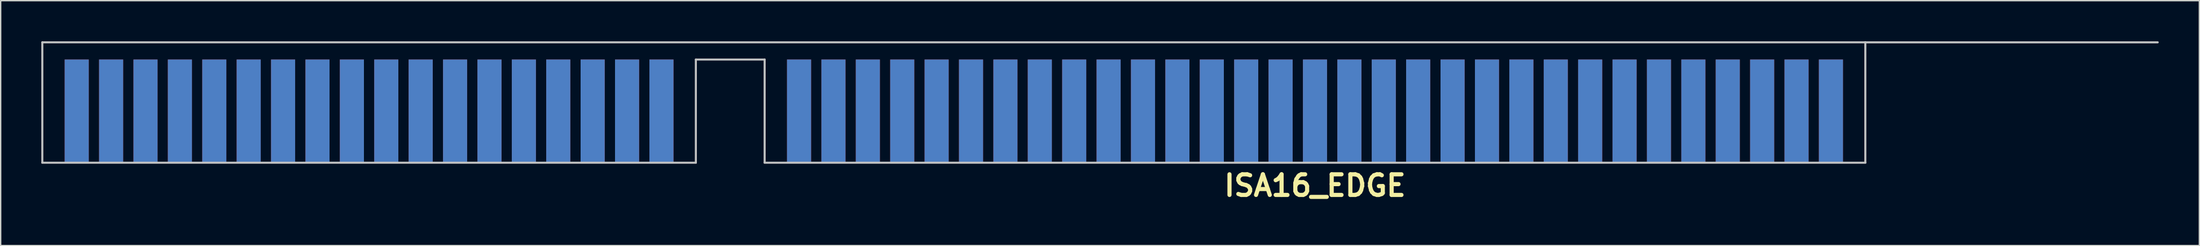
<source format=kicad_pcb>
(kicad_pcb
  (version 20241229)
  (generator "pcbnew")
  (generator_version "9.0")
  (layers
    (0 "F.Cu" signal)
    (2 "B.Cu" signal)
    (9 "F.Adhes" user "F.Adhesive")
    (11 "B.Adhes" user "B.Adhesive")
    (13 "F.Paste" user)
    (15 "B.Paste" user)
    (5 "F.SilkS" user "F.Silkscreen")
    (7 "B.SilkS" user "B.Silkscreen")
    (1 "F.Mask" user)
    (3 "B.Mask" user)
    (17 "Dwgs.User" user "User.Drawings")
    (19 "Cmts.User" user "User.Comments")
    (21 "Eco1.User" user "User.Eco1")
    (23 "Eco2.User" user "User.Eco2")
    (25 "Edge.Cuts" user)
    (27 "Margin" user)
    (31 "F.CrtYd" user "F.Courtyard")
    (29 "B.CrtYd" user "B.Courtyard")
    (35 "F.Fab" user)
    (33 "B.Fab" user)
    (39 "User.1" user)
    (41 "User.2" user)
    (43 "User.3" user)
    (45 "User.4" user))
  (footprint "ISA16_EDGE"
    (layer "F.Cu")
    (at 94.055 5.156)
    (property "Reference" "ISA16_EDGE" (at 0 5.5 0) (layer "F.SilkS") (effects (font (size 1.524 1.524) (thickness 0.305))))
    (fp_line (start -93.98 -5.08) (end 40.64 -5.08) (stroke (width 0.15) (type solid)) (layer "Dwgs.User"))
    (fp_line (start -93.98 3.81) (end -93.98 -5.08) (stroke (width 0.15) (type solid)) (layer "Dwgs.User"))
    (fp_line (start -45.72 -3.81) (end -45.72 3.81) (stroke (width 0.15) (type solid)) (layer "Dwgs.User"))
    (fp_line (start -45.72 3.81) (end -93.98 3.81) (stroke (width 0.15) (type solid)) (layer "Dwgs.User"))
    (fp_line (start -40.64 -3.81) (end -45.72 -3.81) (stroke (width 0.15) (type solid)) (layer "Dwgs.User"))
    (fp_line (start -40.64 3.81) (end -40.64 -3.81) (stroke (width 0.15) (type solid)) (layer "Dwgs.User"))
    (fp_line (start 40.64 -5.08) (end 40.64 3.81) (stroke (width 0.15) (type solid)) (layer "Dwgs.User"))
    (fp_line (start 40.64 3.81) (end -40.64 3.81) (stroke (width 0.15) (type solid)) (layer "Dwgs.User"))
    (fp_line (start 62.23 -5.08) (end 40.64 -5.08) (stroke (width 0.152) (type solid)) (layer "Dwgs.User"))
    (pad "1" connect rect (at 38.1 0) (size 1.778 7.62) (layers "B.Cu" "B.Mask"))
    (pad "2" connect rect (at 35.56 0) (size 1.778 7.62) (layers "B.Cu" "B.Mask"))
    (pad "3" connect rect (at 33.02 0) (size 1.778 7.62) (layers "B.Cu" "B.Mask"))
    (pad "4" connect rect (at 30.48 0) (size 1.778 7.62) (layers "B.Cu" "B.Mask"))
    (pad "5" connect rect (at 27.94 0) (size 1.778 7.62) (layers "B.Cu" "B.Mask"))
    (pad "6" connect rect (at 25.4 0) (size 1.778 7.62) (layers "B.Cu" "B.Mask"))
    (pad "7" connect rect (at 22.86 0) (size 1.778 7.62) (layers "B.Cu" "B.Mask"))
    (pad "8" connect rect (at 20.32 0) (size 1.778 7.62) (layers "B.Cu" "B.Mask"))
    (pad "9" connect rect (at 17.78 0) (size 1.778 7.62) (layers "B.Cu" "B.Mask"))
    (pad "10" connect rect (at 15.24 0) (size 1.778 7.62) (layers "B.Cu" "B.Mask"))
    (pad "11" connect rect (at 12.7 0) (size 1.778 7.62) (layers "B.Cu" "B.Mask"))
    (pad "12" connect rect (at 10.16 0) (size 1.778 7.62) (layers "B.Cu" "B.Mask"))
    (pad "13" connect rect (at 7.62 0) (size 1.778 7.62) (layers "B.Cu" "B.Mask"))
    (pad "14" connect rect (at 5.08 0) (size 1.778 7.62) (layers "B.Cu" "B.Mask"))
    (pad "15" connect rect (at 2.54 0) (size 1.778 7.62) (layers "B.Cu" "B.Mask"))
    (pad "16" connect rect (at 0 0) (size 1.778 7.62) (layers "B.Cu" "B.Mask"))
    (pad "17" connect rect (at -2.54 0) (size 1.778 7.62) (layers "B.Cu" "B.Mask"))
    (pad "18" connect rect (at -5.08 0) (size 1.778 7.62) (layers "B.Cu" "B.Mask"))
    (pad "19" connect rect (at -7.62 0) (size 1.778 7.62) (layers "B.Cu" "B.Mask"))
    (pad "20" connect rect (at -10.16 0) (size 1.778 7.62) (layers "B.Cu" "B.Mask"))
    (pad "21" connect rect (at -12.7 0) (size 1.778 7.62) (layers "B.Cu" "B.Mask"))
    (pad "22" connect rect (at -15.24 0) (size 1.778 7.62) (layers "B.Cu" "B.Mask"))
    (pad "23" connect rect (at -17.78 0) (size 1.778 7.62) (layers "B.Cu" "B.Mask"))
    (pad "24" connect rect (at -20.32 0) (size 1.778 7.62) (layers "B.Cu" "B.Mask"))
    (pad "25" connect rect (at -22.86 0) (size 1.778 7.62) (layers "B.Cu" "B.Mask"))
    (pad "26" connect rect (at -25.4 0) (size 1.778 7.62) (layers "B.Cu" "B.Mask"))
    (pad "27" connect rect (at -27.94 0) (size 1.778 7.62) (layers "B.Cu" "B.Mask"))
    (pad "28" connect rect (at -30.48 0) (size 1.778 7.62) (layers "B.Cu" "B.Mask"))
    (pad "29" connect rect (at -33.02 0) (size 1.778 7.62) (layers "B.Cu" "B.Mask"))
    (pad "30" connect rect (at -35.56 0) (size 1.778 7.62) (layers "B.Cu" "B.Mask"))
    (pad "31" connect rect (at -38.1 0) (size 1.778 7.62) (layers "B.Cu" "B.Mask"))
    (pad "32" connect rect (at 38.1 0) (size 1.778 7.62) (layers "F.Cu" "F.Mask"))
    (pad "33" connect rect (at 35.56 0) (size 1.778 7.62) (layers "F.Cu" "F.Mask"))
    (pad "34" connect rect (at 33.02 0) (size 1.778 7.62) (layers "F.Cu" "F.Mask"))
    (pad "35" connect rect (at 30.48 0) (size 1.778 7.62) (layers "F.Cu" "F.Mask"))
    (pad "36" connect rect (at 27.94 0) (size 1.778 7.62) (layers "F.Cu" "F.Mask"))
    (pad "37" connect rect (at 25.4 0) (size 1.778 7.62) (layers "F.Cu" "F.Mask"))
    (pad "38" connect rect (at 22.86 0) (size 1.778 7.62) (layers "F.Cu" "F.Mask"))
    (pad "39" connect rect (at 20.32 0) (size 1.778 7.62) (layers "F.Cu" "F.Mask"))
    (pad "40" connect rect (at 17.78 0) (size 1.778 7.62) (layers "F.Cu" "F.Mask"))
    (pad "41" connect rect (at 15.24 0) (size 1.778 7.62) (layers "F.Cu" "F.Mask"))
    (pad "42" connect rect (at 12.7 0) (size 1.778 7.62) (layers "F.Cu" "F.Mask"))
    (pad "43" connect rect (at 10.16 0) (size 1.778 7.62) (layers "F.Cu" "F.Mask"))
    (pad "44" connect rect (at 7.62 0) (size 1.778 7.62) (layers "F.Cu" "F.Mask"))
    (pad "45" connect rect (at 5.08 0) (size 1.778 7.62) (layers "F.Cu" "F.Mask"))
    (pad "46" connect rect (at 2.54 0) (size 1.778 7.62) (layers "F.Cu" "F.Mask"))
    (pad "47" connect rect (at 0 0) (size 1.778 7.62) (layers "F.Cu" "F.Mask"))
    (pad "48" connect rect (at -2.54 0) (size 1.778 7.62) (layers "F.Cu" "F.Mask"))
    (pad "49" connect rect (at -5.08 0) (size 1.778 7.62) (layers "F.Cu" "F.Mask"))
    (pad "50" connect rect (at -7.62 0) (size 1.778 7.62) (layers "F.Cu" "F.Mask"))
    (pad "51" connect rect (at -10.16 0) (size 1.778 7.62) (layers "F.Cu" "F.Mask"))
    (pad "52" connect rect (at -12.7 0) (size 1.778 7.62) (layers "F.Cu" "F.Mask"))
    (pad "53" connect rect (at -15.24 0) (size 1.778 7.62) (layers "F.Cu" "F.Mask"))
    (pad "54" connect rect (at -17.78 0) (size 1.778 7.62) (layers "F.Cu" "F.Mask"))
    (pad "55" connect rect (at -20.32 0) (size 1.778 7.62) (layers "F.Cu" "F.Mask"))
    (pad "56" connect rect (at -22.86 0) (size 1.778 7.62) (layers "F.Cu" "F.Mask"))
    (pad "57" connect rect (at -25.4 0) (size 1.778 7.62) (layers "F.Cu" "F.Mask"))
    (pad "58" connect rect (at -27.94 0) (size 1.778 7.62) (layers "F.Cu" "F.Mask"))
    (pad "59" connect rect (at -30.48 0) (size 1.778 7.62) (layers "F.Cu" "F.Mask"))
    (pad "60" connect rect (at -33.02 0) (size 1.778 7.62) (layers "F.Cu" "F.Mask"))
    (pad "61" connect rect (at -35.56 0) (size 1.778 7.62) (layers "F.Cu" "F.Mask"))
    (pad "62" connect rect (at -38.1 0) (size 1.778 7.62) (layers "F.Cu" "F.Mask"))
    (pad "63" connect rect (at -48.26 0) (size 1.778 7.62) (layers "B.Cu" "B.Mask"))
    (pad "64" connect rect (at -50.8 0) (size 1.778 7.62) (layers "B.Cu" "B.Mask"))
    (pad "65" connect rect (at -53.34 0) (size 1.778 7.62) (layers "B.Cu" "B.Mask"))
    (pad "66" connect rect (at -55.88 0) (size 1.778 7.62) (layers "B.Cu" "B.Mask"))
    (pad "67" connect rect (at -58.42 0) (size 1.778 7.62) (layers "B.Cu" "B.Mask"))
    (pad "68" connect rect (at -60.96 0) (size 1.778 7.62) (layers "B.Cu" "B.Mask"))
    (pad "69" connect rect (at -63.5 0) (size 1.778 7.62) (layers "B.Cu" "B.Mask"))
    (pad "70" connect rect (at -66.04 0) (size 1.778 7.62) (layers "B.Cu" "B.Mask"))
    (pad "71" connect rect (at -68.58 0) (size 1.778 7.62) (layers "B.Cu" "B.Mask"))
    (pad "72" connect rect (at -71.12 0) (size 1.778 7.62) (layers "B.Cu" "B.Mask"))
    (pad "73" connect rect (at -73.66 0) (size 1.778 7.62) (layers "B.Cu" "B.Mask"))
    (pad "74" connect rect (at -76.2 0) (size 1.778 7.62) (layers "B.Cu" "B.Mask"))
    (pad "75" connect rect (at -78.74 0) (size 1.778 7.62) (layers "B.Cu" "B.Mask"))
    (pad "76" connect rect (at -81.28 0) (size 1.778 7.62) (layers "B.Cu" "B.Mask"))
    (pad "77" connect rect (at -83.82 0) (size 1.778 7.62) (layers "B.Cu" "B.Mask"))
    (pad "78" connect rect (at -86.36 0) (size 1.778 7.62) (layers "B.Cu" "B.Mask"))
    (pad "79" connect rect (at -88.9 0) (size 1.778 7.62) (layers "B.Cu" "B.Mask"))
    (pad "80" connect rect (at -91.44 0) (size 1.778 7.62) (layers "B.Cu" "B.Mask"))
    (pad "81" connect rect (at -48.26 0) (size 1.778 7.62) (layers "F.Cu" "F.Mask"))
    (pad "82" connect rect (at -50.8 0) (size 1.778 7.62) (layers "F.Cu" "F.Mask"))
    (pad "83" connect rect (at -53.34 0) (size 1.778 7.62) (layers "F.Cu" "F.Mask"))
    (pad "84" connect rect (at -55.88 0) (size 1.778 7.62) (layers "F.Cu" "F.Mask"))
    (pad "85" connect rect (at -58.42 0) (size 1.778 7.62) (layers "F.Cu" "F.Mask"))
    (pad "86" connect rect (at -60.96 0) (size 1.778 7.62) (layers "F.Cu" "F.Mask"))
    (pad "87" connect rect (at -63.5 0) (size 1.778 7.62) (layers "F.Cu" "F.Mask"))
    (pad "88" connect rect (at -66.04 0) (size 1.778 7.62) (layers "F.Cu" "F.Mask"))
    (pad "89" connect rect (at -68.58 0) (size 1.778 7.62) (layers "F.Cu" "F.Mask"))
    (pad "90" connect rect (at -71.12 0) (size 1.778 7.62) (layers "F.Cu" "F.Mask"))
    (pad "91" connect rect (at -73.66 0) (size 1.778 7.62) (layers "F.Cu" "F.Mask"))
    (pad "92" connect rect (at -76.2 0) (size 1.778 7.62) (layers "F.Cu" "F.Mask"))
    (pad "93" connect rect (at -78.74 0) (size 1.778 7.62) (layers "F.Cu" "F.Mask"))
    (pad "94" connect rect (at -81.28 0) (size 1.778 7.62) (layers "F.Cu" "F.Mask"))
    (pad "95" connect rect (at -83.82 0) (size 1.778 7.62) (layers "F.Cu" "F.Mask"))
    (pad "96" connect rect (at -86.36 0) (size 1.778 7.62) (layers "F.Cu" "F.Mask"))
    (pad "97" connect rect (at -88.9 0) (size 1.778 7.62) (layers "F.Cu" "F.Mask"))
    (pad "98" connect rect (at -91.44 0) (size 1.778 7.62) (layers "F.Cu" "F.Mask")))
  (gr_rect
    (start -3 -3)
    (end 159.361 15.083)
    (stroke (width 0.1) (type default))
    (fill no)
    (layer "Edge.Cuts")))
</source>
